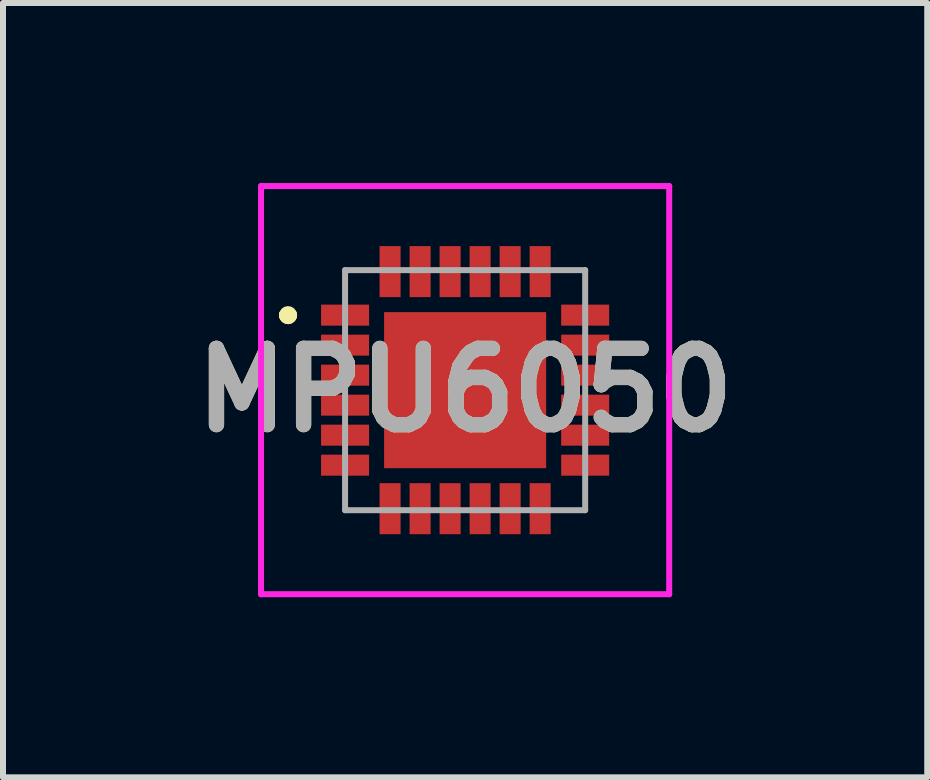
<source format=kicad_pcb>
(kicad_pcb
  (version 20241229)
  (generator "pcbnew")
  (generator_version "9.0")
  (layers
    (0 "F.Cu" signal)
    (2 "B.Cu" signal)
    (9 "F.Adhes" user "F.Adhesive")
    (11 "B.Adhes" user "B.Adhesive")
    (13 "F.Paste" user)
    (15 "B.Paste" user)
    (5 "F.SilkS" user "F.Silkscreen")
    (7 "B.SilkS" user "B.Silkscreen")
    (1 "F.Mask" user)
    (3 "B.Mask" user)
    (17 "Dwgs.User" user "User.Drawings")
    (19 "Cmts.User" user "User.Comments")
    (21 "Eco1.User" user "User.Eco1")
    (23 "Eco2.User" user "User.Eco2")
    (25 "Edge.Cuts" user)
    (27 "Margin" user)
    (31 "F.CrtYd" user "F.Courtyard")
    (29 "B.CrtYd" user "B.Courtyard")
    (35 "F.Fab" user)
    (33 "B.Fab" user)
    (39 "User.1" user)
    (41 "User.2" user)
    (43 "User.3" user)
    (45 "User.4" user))
  (footprint "MPU6050"
    (layer "F.Cu")
    (at 4.699 3.45)
    (property "Reference" "MPU6050" (at 0 0 0) (layer "F.SilkS") (effects (font (size 1.27 1.27) (thickness 0.254))))
    (attr smd)
    (fp_line (start -3 -1.25) (end -3 -1.25) (stroke (width 0.2) (type solid)) (layer "F.SilkS"))
    (fp_line (start -3 -1.25) (end -3 -1.25) (stroke (width 0.2) (type solid)) (layer "F.SilkS"))
    (fp_line (start -2.9 -1.25) (end -2.9 -1.25) (stroke (width 0.2) (type solid)) (layer "F.SilkS"))
    (fp_arc (start -3 -1.25) (mid -2.95 -1.3) (end -2.9 -1.25) (stroke (width 0.2) (type solid)) (layer "F.SilkS"))
    (fp_arc (start -2.9 -1.25) (mid -2.95 -1.2) (end -3 -1.25) (stroke (width 0.2) (type solid)) (layer "F.SilkS"))
    (fp_arc (start -2.9 -1.25) (mid -2.95 -1.2) (end -3 -1.25) (stroke (width 0.2) (type solid)) (layer "F.SilkS"))
    (fp_line (start -3.4 -3.4) (end 3.4 -3.4) (stroke (width 0.1) (type solid)) (layer "F.CrtYd"))
    (fp_line (start -3.4 3.4) (end -3.4 -3.4) (stroke (width 0.1) (type solid)) (layer "F.CrtYd"))
    (fp_line (start 3.4 -3.4) (end 3.4 3.4) (stroke (width 0.1) (type solid)) (layer "F.CrtYd"))
    (fp_line (start 3.4 3.4) (end -3.4 3.4) (stroke (width 0.1) (type solid)) (layer "F.CrtYd"))
    (fp_line (start -2 -2) (end 2 -2) (stroke (width 0.1) (type solid)) (layer "F.Fab"))
    (fp_line (start -2 2) (end -2 -2) (stroke (width 0.1) (type solid)) (layer "F.Fab"))
    (fp_line (start 2 -2) (end 2 2) (stroke (width 0.1) (type solid)) (layer "F.Fab"))
    (fp_line (start 2 2) (end -2 2) (stroke (width 0.1) (type solid)) (layer "F.Fab"))
    (fp_text user "${REFERENCE}" (at 0 0 0) (layer "F.Fab") (effects (font (size 1.27 1.27) (thickness 0.254))))
    (pad "1" smd rect (at -2 -1.25 90) (size 0.35 0.8) (layers "F.Cu" "F.Mask" "F.Paste"))
    (pad "2" smd rect (at -2 -0.75 90) (size 0.35 0.8) (layers "F.Cu" "F.Mask" "F.Paste"))
    (pad "3" smd rect (at -2 -0.25 90) (size 0.35 0.8) (layers "F.Cu" "F.Mask" "F.Paste"))
    (pad "4" smd rect (at -2 0.25 90) (size 0.35 0.8) (layers "F.Cu" "F.Mask" "F.Paste"))
    (pad "5" smd rect (at -2 0.75 90) (size 0.35 0.8) (layers "F.Cu" "F.Mask" "F.Paste"))
    (pad "6" smd rect (at -2 1.25 90) (size 0.35 0.8) (layers "F.Cu" "F.Mask" "F.Paste"))
    (pad "7" smd rect (at -1.25 1.975) (size 0.35 0.85) (layers "F.Cu" "F.Mask" "F.Paste"))
    (pad "8" smd rect (at -0.75 1.975) (size 0.35 0.85) (layers "F.Cu" "F.Mask" "F.Paste"))
    (pad "9" smd rect (at -0.25 1.975) (size 0.35 0.85) (layers "F.Cu" "F.Mask" "F.Paste"))
    (pad "10" smd rect (at 0.25 1.975) (size 0.35 0.85) (layers "F.Cu" "F.Mask" "F.Paste"))
    (pad "11" smd rect (at 0.75 1.975) (size 0.35 0.85) (layers "F.Cu" "F.Mask" "F.Paste"))
    (pad "12" smd rect (at 1.25 1.975) (size 0.35 0.85) (layers "F.Cu" "F.Mask" "F.Paste"))
    (pad "13" smd rect (at 2 1.25 90) (size 0.35 0.8) (layers "F.Cu" "F.Mask" "F.Paste"))
    (pad "14" smd rect (at 2 0.75 90) (size 0.35 0.8) (layers "F.Cu" "F.Mask" "F.Paste"))
    (pad "15" smd rect (at 2 0.25 90) (size 0.35 0.8) (layers "F.Cu" "F.Mask" "F.Paste"))
    (pad "16" smd rect (at 2 -0.25 90) (size 0.35 0.8) (layers "F.Cu" "F.Mask" "F.Paste"))
    (pad "17" smd rect (at 2 -0.75 90) (size 0.35 0.8) (layers "F.Cu" "F.Mask" "F.Paste"))
    (pad "18" smd rect (at 2 -1.25 90) (size 0.35 0.8) (layers "F.Cu" "F.Mask" "F.Paste"))
    (pad "19" smd rect (at 1.25 -1.975) (size 0.35 0.85) (layers "F.Cu" "F.Mask" "F.Paste"))
    (pad "20" smd rect (at 0.75 -1.975) (size 0.35 0.85) (layers "F.Cu" "F.Mask" "F.Paste"))
    (pad "21" smd rect (at 0.25 -1.975) (size 0.35 0.85) (layers "F.Cu" "F.Mask" "F.Paste"))
    (pad "22" smd rect (at -0.25 -1.975) (size 0.35 0.85) (layers "F.Cu" "F.Mask" "F.Paste"))
    (pad "23" smd rect (at -0.75 -1.975) (size 0.35 0.85) (layers "F.Cu" "F.Mask" "F.Paste"))
    (pad "24" smd rect (at -1.25 -1.975) (size 0.35 0.85) (layers "F.Cu" "F.Mask" "F.Paste"))
    (pad "25" smd rect (at 0 0 90) (size 2.6 2.7) (layers "F.Cu" "F.Mask" "F.Paste")))
  (gr_rect
    (start -3 -3)
    (end 12.398 9.9)
    (stroke (width 0.1) (type default))
    (fill no)
    (layer "Edge.Cuts")))
</source>
